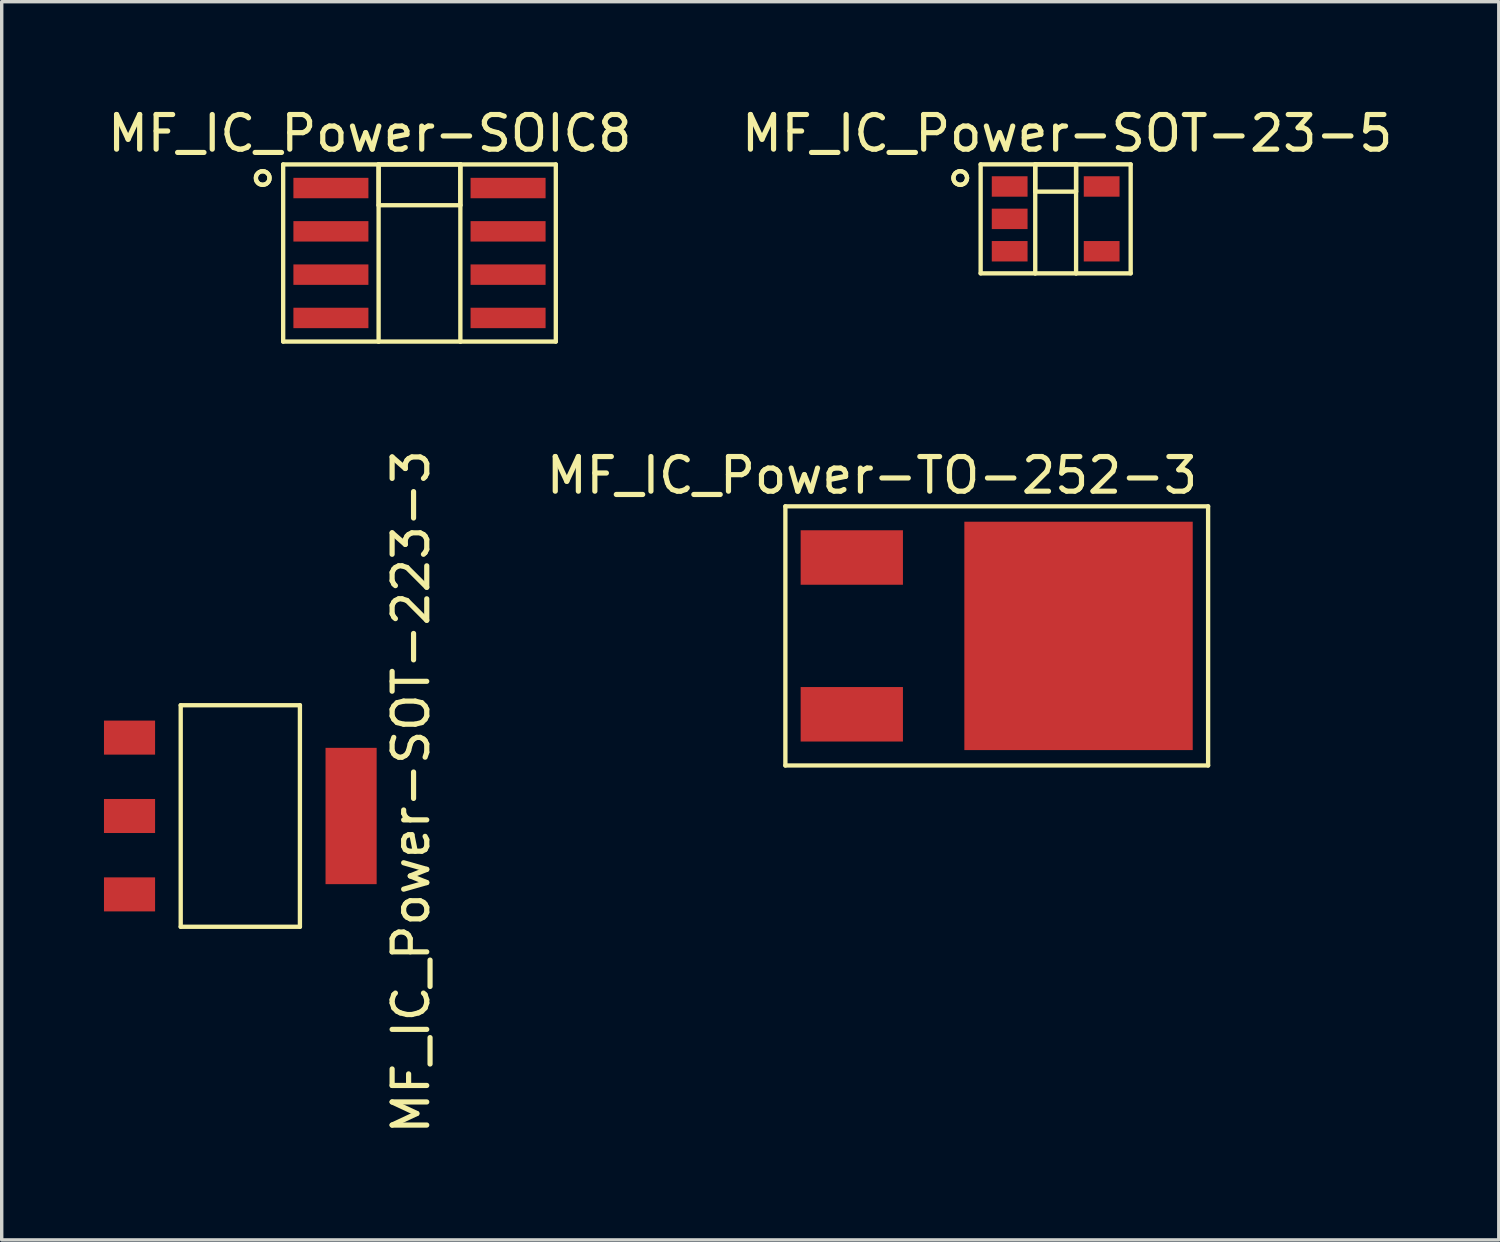
<source format=kicad_pcb>
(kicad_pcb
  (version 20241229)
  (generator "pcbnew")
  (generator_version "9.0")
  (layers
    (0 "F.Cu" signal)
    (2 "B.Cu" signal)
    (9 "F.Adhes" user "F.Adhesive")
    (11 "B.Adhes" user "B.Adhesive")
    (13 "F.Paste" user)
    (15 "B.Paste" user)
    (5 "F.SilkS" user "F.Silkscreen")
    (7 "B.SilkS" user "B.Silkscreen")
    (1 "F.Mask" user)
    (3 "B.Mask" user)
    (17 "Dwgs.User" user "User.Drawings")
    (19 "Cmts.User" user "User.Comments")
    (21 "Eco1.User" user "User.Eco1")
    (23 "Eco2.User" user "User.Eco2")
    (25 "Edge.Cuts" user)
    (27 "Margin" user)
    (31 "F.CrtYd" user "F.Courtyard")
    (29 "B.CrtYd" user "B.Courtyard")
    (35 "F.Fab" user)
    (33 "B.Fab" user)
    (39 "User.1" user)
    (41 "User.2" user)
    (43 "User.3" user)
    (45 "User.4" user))
  (footprint "MF_IC_Power-SOT-23-5"
    (layer "F.Cu")
    (at 27.911 3.369)
    (property "Reference" "MF_IC_Power-SOT-23-5" (at 0.338 -2.507 0) (layer "F.SilkS") (effects (font (size 1.016 1.016) (thickness 0.152))))
    (attr smd)
    (fp_line (start -3 -1.199) (end -2.992 -1.25) (stroke (width 0.127) (type solid)) (layer "F.SilkS"))
    (fp_line (start -2.992 -1.25) (end -2.972 -1.298) (stroke (width 0.127) (type solid)) (layer "F.SilkS"))
    (fp_line (start -2.992 -1.148) (end -3 -1.199) (stroke (width 0.127) (type solid)) (layer "F.SilkS"))
    (fp_line (start -2.972 -1.298) (end -2.941 -1.341) (stroke (width 0.127) (type solid)) (layer "F.SilkS"))
    (fp_line (start -2.972 -1.1) (end -2.992 -1.148) (stroke (width 0.127) (type solid)) (layer "F.SilkS"))
    (fp_line (start -2.941 -1.341) (end -2.898 -1.372) (stroke (width 0.127) (type solid)) (layer "F.SilkS"))
    (fp_line (start -2.941 -1.057) (end -2.972 -1.1) (stroke (width 0.127) (type solid)) (layer "F.SilkS"))
    (fp_line (start -2.898 -1.372) (end -2.85 -1.392) (stroke (width 0.127) (type solid)) (layer "F.SilkS"))
    (fp_line (start -2.898 -1.026) (end -2.941 -1.057) (stroke (width 0.127) (type solid)) (layer "F.SilkS"))
    (fp_line (start -2.85 -1.392) (end -2.799 -1.4) (stroke (width 0.127) (type solid)) (layer "F.SilkS"))
    (fp_line (start -2.85 -1.006) (end -2.898 -1.026) (stroke (width 0.127) (type solid)) (layer "F.SilkS"))
    (fp_line (start -2.799 -1.4) (end -2.746 -1.392) (stroke (width 0.127) (type solid)) (layer "F.SilkS"))
    (fp_line (start -2.799 -0.998) (end -2.85 -1.006) (stroke (width 0.127) (type solid)) (layer "F.SilkS"))
    (fp_line (start -2.746 -1.392) (end -2.697 -1.372) (stroke (width 0.127) (type solid)) (layer "F.SilkS"))
    (fp_line (start -2.746 -1.006) (end -2.799 -0.998) (stroke (width 0.127) (type solid)) (layer "F.SilkS"))
    (fp_line (start -2.697 -1.372) (end -2.657 -1.341) (stroke (width 0.127) (type solid)) (layer "F.SilkS"))
    (fp_line (start -2.697 -1.026) (end -2.746 -1.006) (stroke (width 0.127) (type solid)) (layer "F.SilkS"))
    (fp_line (start -2.657 -1.341) (end -2.626 -1.298) (stroke (width 0.127) (type solid)) (layer "F.SilkS"))
    (fp_line (start -2.657 -1.057) (end -2.697 -1.026) (stroke (width 0.127) (type solid)) (layer "F.SilkS"))
    (fp_line (start -2.626 -1.298) (end -2.606 -1.25) (stroke (width 0.127) (type solid)) (layer "F.SilkS"))
    (fp_line (start -2.626 -1.1) (end -2.657 -1.057) (stroke (width 0.127) (type solid)) (layer "F.SilkS"))
    (fp_line (start -2.606 -1.25) (end -2.598 -1.199) (stroke (width 0.127) (type solid)) (layer "F.SilkS"))
    (fp_line (start -2.606 -1.148) (end -2.626 -1.1) (stroke (width 0.127) (type solid)) (layer "F.SilkS"))
    (fp_line (start -2.598 -1.199) (end -2.606 -1.148) (stroke (width 0.127) (type solid)) (layer "F.SilkS"))
    (fp_line (start -2.2 -1.598) (end -0.599 -1.598) (stroke (width 0.127) (type solid)) (layer "F.SilkS"))
    (fp_line (start -2.2 1.598) (end -2.2 -1.598) (stroke (width 0.127) (type solid)) (layer "F.SilkS"))
    (fp_line (start -0.599 -1.598) (end -0.599 -0.798) (stroke (width 0.127) (type solid)) (layer "F.SilkS"))
    (fp_line (start -0.599 -1.598) (end -0.599 1.598) (stroke (width 0.127) (type solid)) (layer "F.SilkS"))
    (fp_line (start -0.599 -1.598) (end 0.599 -1.598) (stroke (width 0.127) (type solid)) (layer "F.SilkS"))
    (fp_line (start -0.599 -0.798) (end 0.599 -0.798) (stroke (width 0.127) (type solid)) (layer "F.SilkS"))
    (fp_line (start -0.599 1.598) (end -2.2 1.598) (stroke (width 0.127) (type solid)) (layer "F.SilkS"))
    (fp_line (start 0.599 -1.598) (end -0.599 -1.598) (stroke (width 0.127) (type solid)) (layer "F.SilkS"))
    (fp_line (start 0.599 -1.598) (end 0.599 1.598) (stroke (width 0.127) (type solid)) (layer "F.SilkS"))
    (fp_line (start 0.599 -1.598) (end 2.2 -1.598) (stroke (width 0.127) (type solid)) (layer "F.SilkS"))
    (fp_line (start 0.599 -0.798) (end 0.599 -1.598) (stroke (width 0.127) (type solid)) (layer "F.SilkS"))
    (fp_line (start 0.599 1.598) (end -0.599 1.598) (stroke (width 0.127) (type solid)) (layer "F.SilkS"))
    (fp_line (start 2.2 -1.598) (end 2.2 1.598) (stroke (width 0.127) (type solid)) (layer "F.SilkS"))
    (fp_line (start 2.2 1.598) (end 0.599 1.598) (stroke (width 0.127) (type solid)) (layer "F.SilkS"))
    (pad "1" smd rect (at -1.349 -0.95) (size 1.049 0.599) (layers "F.Cu" "F.Mask" "F.Paste"))
    (pad "2" smd rect (at -1.349 0) (size 1.049 0.599) (layers "F.Cu" "F.Mask" "F.Paste"))
    (pad "3" smd rect (at -1.349 0.95) (size 1.049 0.599) (layers "F.Cu" "F.Mask" "F.Paste"))
    (pad "4" smd rect (at 1.349 0.95) (size 1.049 0.599) (layers "F.Cu" "F.Mask" "F.Paste"))
    (pad "5" smd rect (at 1.349 -0.95) (size 1.049 0.599) (layers "F.Cu" "F.Mask" "F.Paste")))
  (footprint "MF_IC_Power-SOT-223-3"
    (layer "F.Cu")
    (at 3.998 20.882)
    (property "Reference" "MF_IC_Power-SOT-223-3" (at 5.006 -0.709 270) (layer "F.SilkS") (effects (font (size 1.016 1.016) (thickness 0.152))))
    (attr smd)
    (fp_line (start -1.748 -3.249) (end 1.748 -3.249) (stroke (width 0.127) (type solid)) (layer "F.SilkS"))
    (fp_line (start -1.748 3.249) (end -1.748 -3.249) (stroke (width 0.127) (type solid)) (layer "F.SilkS"))
    (fp_line (start 1.748 -3.249) (end 1.748 3.249) (stroke (width 0.127) (type solid)) (layer "F.SilkS"))
    (fp_line (start 1.748 3.249) (end -1.748 3.249) (stroke (width 0.127) (type solid)) (layer "F.SilkS"))
    (pad "1" smd rect (at 3.249 0 270) (size 3.998 1.499) (layers "F.Cu" "F.Mask" "F.Paste"))
    (pad "2" smd rect (at -3.249 -2.299 270) (size 0.998 1.499) (layers "F.Cu" "F.Mask" "F.Paste"))
    (pad "3" smd rect (at -3.249 0 270) (size 0.998 1.499) (layers "F.Cu" "F.Mask" "F.Paste"))
    (pad "4" smd rect (at -3.249 2.299 270) (size 0.998 1.499) (layers "F.Cu" "F.Mask" "F.Paste")))
  (footprint "MF_IC_Power-TO-252-3"
    (layer "F.Cu")
    (at 28.582 15.6)
    (property "Reference" "MF_IC_Power-TO-252-3" (at -6.058 -4.707 0) (layer "F.SilkS") (effects (font (size 1.016 1.016) (thickness 0.152))))
    (attr smd)
    (fp_line (start -8.598 -3.8) (end 3.8 -3.8) (stroke (width 0.127) (type solid)) (layer "F.SilkS"))
    (fp_line (start -8.598 3.8) (end -8.598 -3.8) (stroke (width 0.127) (type solid)) (layer "F.SilkS"))
    (fp_line (start 3.8 -3.8) (end 3.8 3.8) (stroke (width 0.127) (type solid)) (layer "F.SilkS"))
    (fp_line (start 3.8 3.8) (end -8.598 3.8) (stroke (width 0.127) (type solid)) (layer "F.SilkS"))
    (pad "1" smd rect (at -6.65 -2.299) (size 3 1.598) (layers "F.Cu" "F.Mask" "F.Paste"))
    (pad "2" smd rect (at -6.65 2.299) (size 3 1.598) (layers "F.Cu" "F.Mask" "F.Paste"))
    (pad "PAD" smd rect (at 0 0) (size 6.698 6.698) (layers "F.Cu" "F.Mask" "F.Paste")))
  (footprint "MF_IC_Power-SOIC8"
    (layer "F.Cu")
    (at 9.253 4.37)
    (property "Reference" "MF_IC_Power-SOIC8" (at -1.458 -3.508 0) (layer "F.SilkS") (effects (font (size 1.016 1.016) (thickness 0.152))))
    (attr smd)
    (fp_line (start -4.798 -2.2) (end -4.793 -2.25) (stroke (width 0.127) (type solid)) (layer "F.SilkS"))
    (fp_line (start -4.793 -2.25) (end -4.773 -2.299) (stroke (width 0.127) (type solid)) (layer "F.SilkS"))
    (fp_line (start -4.793 -2.146) (end -4.798 -2.2) (stroke (width 0.127) (type solid)) (layer "F.SilkS"))
    (fp_line (start -4.773 -2.299) (end -4.74 -2.339) (stroke (width 0.127) (type solid)) (layer "F.SilkS"))
    (fp_line (start -4.773 -2.098) (end -4.793 -2.146) (stroke (width 0.127) (type solid)) (layer "F.SilkS"))
    (fp_line (start -4.74 -2.339) (end -4.699 -2.372) (stroke (width 0.127) (type solid)) (layer "F.SilkS"))
    (fp_line (start -4.74 -2.057) (end -4.773 -2.098) (stroke (width 0.127) (type solid)) (layer "F.SilkS"))
    (fp_line (start -4.699 -2.372) (end -4.651 -2.393) (stroke (width 0.127) (type solid)) (layer "F.SilkS"))
    (fp_line (start -4.699 -2.024) (end -4.74 -2.057) (stroke (width 0.127) (type solid)) (layer "F.SilkS"))
    (fp_line (start -4.651 -2.393) (end -4.6 -2.398) (stroke (width 0.127) (type solid)) (layer "F.SilkS"))
    (fp_line (start -4.651 -2.007) (end -4.699 -2.024) (stroke (width 0.127) (type solid)) (layer "F.SilkS"))
    (fp_line (start -4.6 -2.398) (end -4.547 -2.393) (stroke (width 0.127) (type solid)) (layer "F.SilkS"))
    (fp_line (start -4.6 -1.999) (end -4.651 -2.007) (stroke (width 0.127) (type solid)) (layer "F.SilkS"))
    (fp_line (start -4.547 -2.393) (end -4.498 -2.372) (stroke (width 0.127) (type solid)) (layer "F.SilkS"))
    (fp_line (start -4.547 -2.007) (end -4.6 -1.999) (stroke (width 0.127) (type solid)) (layer "F.SilkS"))
    (fp_line (start -4.498 -2.372) (end -4.458 -2.339) (stroke (width 0.127) (type solid)) (layer "F.SilkS"))
    (fp_line (start -4.498 -2.024) (end -4.547 -2.007) (stroke (width 0.127) (type solid)) (layer "F.SilkS"))
    (fp_line (start -4.458 -2.339) (end -4.425 -2.299) (stroke (width 0.127) (type solid)) (layer "F.SilkS"))
    (fp_line (start -4.458 -2.057) (end -4.498 -2.024) (stroke (width 0.127) (type solid)) (layer "F.SilkS"))
    (fp_line (start -4.425 -2.299) (end -4.404 -2.25) (stroke (width 0.127) (type solid)) (layer "F.SilkS"))
    (fp_line (start -4.425 -2.098) (end -4.458 -2.057) (stroke (width 0.127) (type solid)) (layer "F.SilkS"))
    (fp_line (start -4.404 -2.25) (end -4.399 -2.2) (stroke (width 0.127) (type solid)) (layer "F.SilkS"))
    (fp_line (start -4.404 -2.146) (end -4.425 -2.098) (stroke (width 0.127) (type solid)) (layer "F.SilkS"))
    (fp_line (start -4.399 -2.2) (end -4.404 -2.146) (stroke (width 0.127) (type solid)) (layer "F.SilkS"))
    (fp_line (start -3.998 -2.598) (end -1.199 -2.598) (stroke (width 0.127) (type solid)) (layer "F.SilkS"))
    (fp_line (start -3.998 2.598) (end -3.998 -2.598) (stroke (width 0.127) (type solid)) (layer "F.SilkS"))
    (fp_line (start -1.199 -2.598) (end -1.199 -1.4) (stroke (width 0.127) (type solid)) (layer "F.SilkS"))
    (fp_line (start -1.199 -2.598) (end -1.199 2.598) (stroke (width 0.127) (type solid)) (layer "F.SilkS"))
    (fp_line (start -1.199 -2.598) (end 1.199 -2.598) (stroke (width 0.127) (type solid)) (layer "F.SilkS"))
    (fp_line (start -1.199 -1.4) (end 1.199 -1.4) (stroke (width 0.127) (type solid)) (layer "F.SilkS"))
    (fp_line (start -1.199 2.598) (end -3.998 2.598) (stroke (width 0.127) (type solid)) (layer "F.SilkS"))
    (fp_line (start 1.199 -2.598) (end -1.199 -2.598) (stroke (width 0.127) (type solid)) (layer "F.SilkS"))
    (fp_line (start 1.199 -2.598) (end 1.199 2.598) (stroke (width 0.127) (type solid)) (layer "F.SilkS"))
    (fp_line (start 1.199 -2.598) (end 3.998 -2.598) (stroke (width 0.127) (type solid)) (layer "F.SilkS"))
    (fp_line (start 1.199 -1.4) (end 1.199 -2.598) (stroke (width 0.127) (type solid)) (layer "F.SilkS"))
    (fp_line (start 1.199 2.598) (end -1.199 2.598) (stroke (width 0.127) (type solid)) (layer "F.SilkS"))
    (fp_line (start 3.998 -2.598) (end 3.998 2.598) (stroke (width 0.127) (type solid)) (layer "F.SilkS"))
    (fp_line (start 3.998 2.598) (end 1.199 2.598) (stroke (width 0.127) (type solid)) (layer "F.SilkS"))
    (pad "P$1" smd rect (at -2.598 -1.905) (size 2.2 0.599) (layers "F.Cu" "F.Mask" "F.Paste"))
    (pad "P$2" smd rect (at -2.598 -0.635) (size 2.2 0.599) (layers "F.Cu" "F.Mask" "F.Paste"))
    (pad "P$3" smd rect (at -2.598 0.635) (size 2.2 0.599) (layers "F.Cu" "F.Mask" "F.Paste"))
    (pad "P$4" smd rect (at -2.598 1.905) (size 2.2 0.599) (layers "F.Cu" "F.Mask" "F.Paste"))
    (pad "P$5" smd rect (at 2.598 1.905 180) (size 2.2 0.599) (layers "F.Cu" "F.Mask" "F.Paste"))
    (pad "P$6" smd rect (at 2.598 0.635 180) (size 2.2 0.599) (layers "F.Cu" "F.Mask" "F.Paste"))
    (pad "P$7" smd rect (at 2.598 -0.635 180) (size 2.2 0.599) (layers "F.Cu" "F.Mask" "F.Paste"))
    (pad "P$8" smd rect (at 2.598 -1.905 180) (size 2.2 0.599) (layers "F.Cu" "F.Mask" "F.Paste")))
  (gr_rect
    (start -3 -3)
    (end 40.907 33.315)
    (stroke (width 0.1) (type default))
    (fill no)
    (layer "Edge.Cuts")))
</source>
